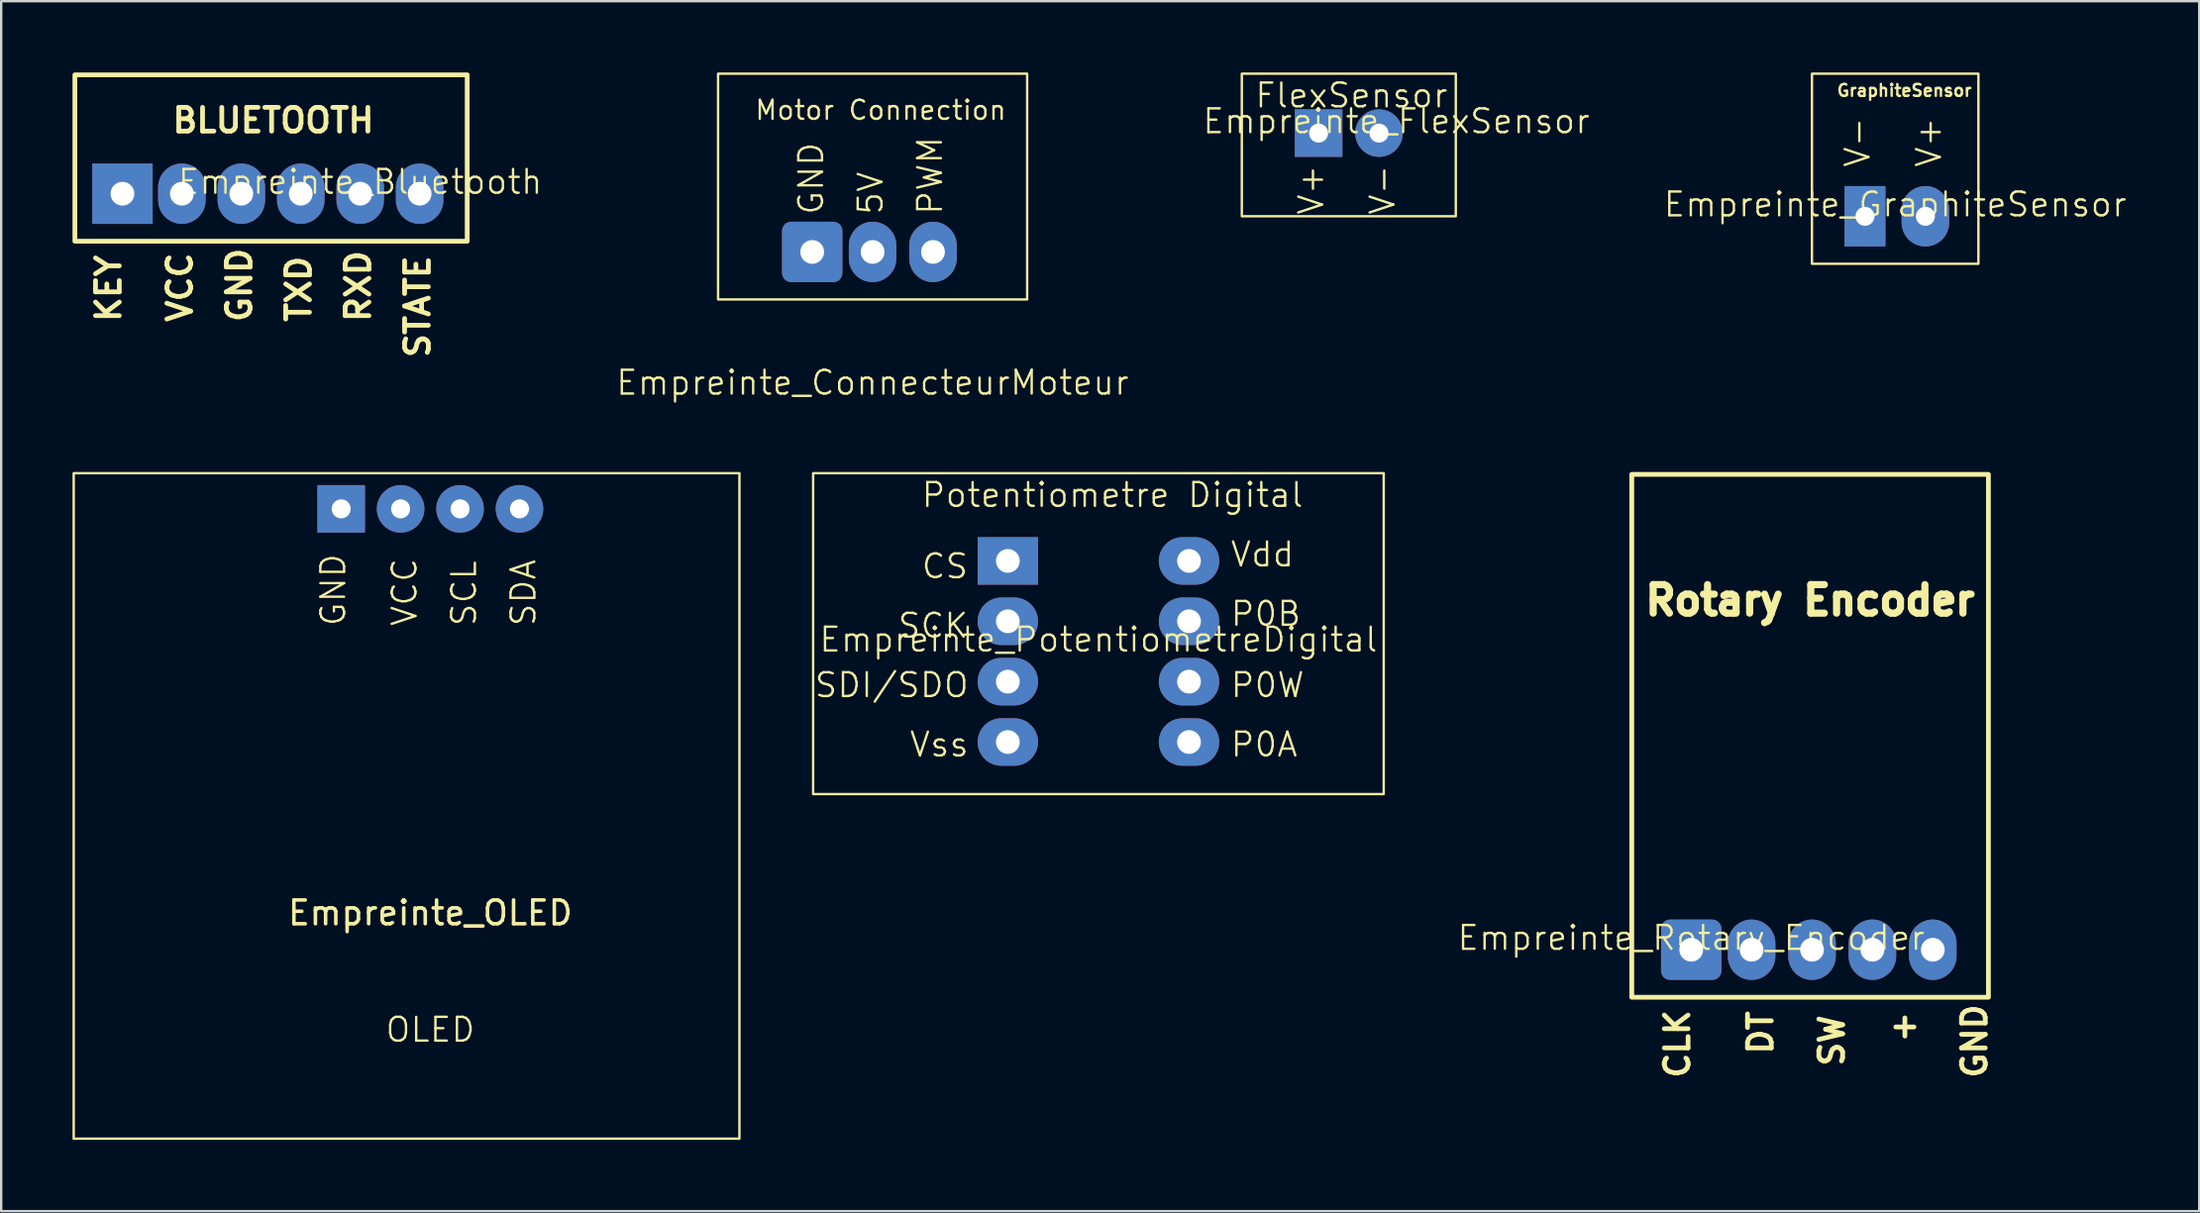
<source format=kicad_pcb>
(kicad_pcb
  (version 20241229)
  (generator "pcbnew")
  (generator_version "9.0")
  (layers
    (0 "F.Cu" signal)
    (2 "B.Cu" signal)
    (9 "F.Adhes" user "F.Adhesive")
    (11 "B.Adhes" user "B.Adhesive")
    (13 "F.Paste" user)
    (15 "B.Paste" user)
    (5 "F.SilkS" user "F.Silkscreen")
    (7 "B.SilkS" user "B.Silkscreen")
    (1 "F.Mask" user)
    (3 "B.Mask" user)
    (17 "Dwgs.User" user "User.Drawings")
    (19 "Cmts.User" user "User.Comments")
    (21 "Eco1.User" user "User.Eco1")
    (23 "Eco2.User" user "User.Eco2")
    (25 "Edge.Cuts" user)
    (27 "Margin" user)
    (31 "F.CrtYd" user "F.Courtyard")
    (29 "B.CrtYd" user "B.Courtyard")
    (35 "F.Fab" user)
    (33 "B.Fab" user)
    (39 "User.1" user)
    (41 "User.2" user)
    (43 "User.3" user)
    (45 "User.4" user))
  (footprint "Empreinte_ConnecteurMoteur"
    (layer "F.Cu")
    (at 33.652 13.55)
    (property "Reference" "Empreinte_ConnecteurMoteur" (at 0 -0.5 0) (unlocked yes) (layer "F.SilkS") (effects (font (size 1 1) (thickness 0.1))))
    (attr through_hole)
    (fp_rect (start -6.5 -13.5) (end 6.5 -4) (stroke (width 0.1) (type default)) (fill no) (layer "F.SilkS"))
    (fp_text user "5V" (at 0.5 -7.5 90) (unlocked yes) (layer "F.SilkS") (effects (font (size 1 1) (thickness 0.1)) (justify left bottom)))
    (fp_text user "GND" (at -2 -7.5 90) (unlocked yes) (layer "F.SilkS") (effects (font (size 1 1) (thickness 0.1)) (justify left bottom)))
    (fp_text user "PWM" (at 3 -7.5 90) (unlocked yes) (layer "F.SilkS") (effects (font (size 1 1) (thickness 0.1)) (justify left bottom)))
    (fp_text user "Motor Connection" (at -5 -11.5 0) (unlocked yes) (layer "F.SilkS") (effects (font (size 0.8 0.8) (thickness 0.1)) (justify left bottom)))
    (pad "1" thru_hole roundrect (at -2.54 -6) (size 2.54 2.54) (drill 1) (layers "*.Cu" "*.Mask") (roundrect_rratio 0.15))
    (pad "2" thru_hole oval (at 0 -6) (size 2 2.54) (drill 1) (layers "*.Cu" "*.Mask"))
    (pad "3" thru_hole oval (at 2.54 -6) (size 2 2.54) (drill 1) (layers "*.Cu" "*.Mask")))
  (footprint "Empreinte_PotentiometreDigital"
    (layer "F.Cu")
    (at 43.15 24.36)
    (property "Reference" "Empreinte_PotentiometreDigital" (at 0 -0.5 0) (unlocked yes) (layer "F.SilkS") (effects (font (size 1 1) (thickness 0.1))))
    (attr through_hole)
    (fp_rect (start -12 -7.5) (end 12 6) (stroke (width 0.1) (type default)) (fill no) (layer "F.SilkS"))
    (fp_text user "P0W" (at 5.5 2 0) (unlocked yes) (layer "F.SilkS") (effects (font (size 1 1) (thickness 0.1)) (justify left bottom)))
    (fp_text user "Vdd" (at 5.5 -3.5 0) (unlocked yes) (layer "F.SilkS") (effects (font (size 1 1) (thickness 0.1)) (justify left bottom)))
    (fp_text user "Vss" (at -8 4.5 0) (unlocked yes) (layer "F.SilkS") (effects (font (size 1 1) (thickness 0.1)) (justify left bottom)))
    (fp_text user "P0B" (at 5.5 -1 0) (unlocked yes) (layer "F.SilkS") (effects (font (size 1 1) (thickness 0.1)) (justify left bottom)))
    (fp_text user "SDI/SDO" (at -12 2 0) (unlocked yes) (layer "F.SilkS") (effects (font (size 1 1) (thickness 0.1)) (justify left bottom)))
    (fp_text user "CS" (at -7.5 -3 0) (unlocked yes) (layer "F.SilkS") (effects (font (size 1 1) (thickness 0.1)) (justify left bottom)))
    (fp_text user "Potentiometre Digital" (at -7.5 -6 0) (unlocked yes) (layer "F.SilkS") (effects (font (size 1 1) (thickness 0.1)) (justify left bottom)))
    (fp_text user "P0A" (at 5.5 4.5 0) (unlocked yes) (layer "F.SilkS") (effects (font (size 1 1) (thickness 0.1)) (justify left bottom)))
    (fp_text user "SCK" (at -8.5 -0.5 0) (unlocked yes) (layer "F.SilkS") (effects (font (size 1 1) (thickness 0.1)) (justify left bottom)))
    (pad "1" thru_hole rect (at -3.81 -3.81) (size 2.54 2) (drill 1) (layers "*.Cu" "*.Mask"))
    (pad "2" thru_hole oval (at -3.81 -1.27) (size 2.54 2) (drill 1) (layers "*.Cu" "*.Mask"))
    (pad "3" thru_hole oval (at -3.81 1.27) (size 2.54 2) (drill 1) (layers "*.Cu" "*.Mask"))
    (pad "4" thru_hole oval (at -3.81 3.81) (size 2.54 2) (drill 1) (layers "*.Cu" "*.Mask"))
    (pad "5" thru_hole oval (at 3.81 3.81) (size 2.54 2) (drill 1) (layers "*.Cu" "*.Mask"))
    (pad "6" thru_hole oval (at 3.81 1.27) (size 2.54 2) (drill 1) (layers "*.Cu" "*.Mask"))
    (pad "7" thru_hole oval (at 3.81 -1.27) (size 2.54 2) (drill 1) (layers "*.Cu" "*.Mask"))
    (pad "8" thru_hole oval (at 3.81 -3.81) (size 2.54 2) (drill 1) (layers "*.Cu" "*.Mask")))
  (footprint "Empreinte_Rotary_Encoder"
    (layer "F.Cu")
    (at 68.083 36.91)
    (property "Reference" "Empreinte_Rotary_Encoder" (at 0 -0.5 0) (unlocked yes) (layer "F.SilkS") (effects (font (size 1 1) (thickness 0.1))))
    (attr through_hole)
    (fp_rect (start -2.5 -20) (end 12.5 2) (stroke (width 0.2) (type solid)) (fill no) (layer "F.SilkS"))
    (fp_text user "+" (at 9.5 4 90) (unlocked yes) (layer "F.SilkS") (effects (font (size 1 1) (thickness 0.2) (bold yes)) (justify left bottom)))
    (fp_text user "CLK" (at 0 5.5 90) (unlocked yes) (layer "F.SilkS") (effects (font (size 1 1) (thickness 0.2) (bold yes)) (justify left bottom)))
    (fp_text user "Rotary Encoder" (at 5 -14 0) (unlocked yes) (layer "F.SilkS") (effects (font (size 1.2 1.2) (thickness 0.3) (bold yes)) (justify bottom)))
    (fp_text user "DT" (at 3.5 4.5 90) (unlocked yes) (layer "F.SilkS") (effects (font (size 1 1) (thickness 0.2) (bold yes)) (justify left bottom)))
    (fp_text user "SW" (at 6.5 5 90) (unlocked yes) (layer "F.SilkS") (effects (font (size 1 1) (thickness 0.2) (bold yes)) (justify left bottom)))
    (fp_text user "GND" (at 12.5 5.5 90) (unlocked yes) (layer "F.SilkS") (effects (font (size 1 1) (thickness 0.2) (bold yes)) (justify left bottom)))
    (pad "1" thru_hole roundrect (at 0 0) (size 2.54 2.54) (drill 1) (layers "*.Cu" "*.Mask") (roundrect_rratio 0.15))
    (pad "2" thru_hole oval (at 2.54 0) (size 2 2.54) (drill 1) (layers "*.Cu" "*.Mask"))
    (pad "3" thru_hole oval (at 5.08 0) (size 2 2.54) (drill 1) (layers "*.Cu" "*.Mask"))
    (pad "4" thru_hole oval (at 7.62 0) (size 2 2.54) (drill 1) (layers "*.Cu" "*.Mask"))
    (pad "5" thru_hole oval (at 10.16 0) (size 2 2.54) (drill 1) (layers "*.Cu" "*.Mask")))
  (footprint "Empreinte_Bluetooth"
    (layer "F.Cu")
    (at 2.1 5.1)
    (property "Reference" "Empreinte_Bluetooth" (at 10 -0.5 0) (unlocked yes) (layer "F.SilkS") (effects (font (size 1 1) (thickness 0.1))))
    (attr through_hole)
    (fp_rect (start -2 -5) (end 14.5 2) (stroke (width 0.2) (type solid)) (fill no) (layer "F.SilkS"))
    (fp_text user "TXD" (at 8 5.5 90) (unlocked yes) (layer "F.SilkS") (effects (font (size 1 1) (thickness 0.2) (bold yes)) (justify left bottom)))
    (fp_text user "GND" (at 5.5 5.5 90) (unlocked yes) (layer "F.SilkS") (effects (font (size 1 1) (thickness 0.2) (bold yes)) (justify left bottom)))
    (fp_text user "VCC" (at 3 5.5 90) (unlocked yes) (layer "F.SilkS") (effects (font (size 1 1) (thickness 0.2) (bold yes)) (justify left bottom)))
    (fp_text user "KEY" (at 0 5.5 90) (unlocked yes) (layer "F.SilkS") (effects (font (size 1 1) (thickness 0.2)) (justify left bottom)))
    (fp_text user "RXD" (at 10.5 5.5 90) (unlocked yes) (layer "F.SilkS") (effects (font (size 1 1) (thickness 0.2) (bold yes)) (justify left bottom)))
    (fp_text user "STATE" (at 13 7 90) (unlocked yes) (layer "F.SilkS") (effects (font (size 1 1) (thickness 0.2) (bold yes)) (justify left bottom)))
    (fp_text user "BLUETOOTH" (at 2 -2.5 0) (unlocked yes) (layer "F.SilkS") (effects (font (size 1 1) (thickness 0.2) (bold yes)) (justify left bottom)))
    (pad "1" thru_hole rect (at 0 0) (size 2.54 2.54) (drill 1) (layers "*.Cu" "*.Mask"))
    (pad "2" thru_hole oval (at 2.5 0) (size 2 2.54) (drill 1) (layers "*.Cu" "*.Mask"))
    (pad "3" thru_hole oval (at 5 0) (size 2 2.54) (drill 1) (layers "*.Cu" "*.Mask"))
    (pad "4" thru_hole oval (at 7.5 0) (size 2 2.54) (drill 1) (layers "*.Cu" "*.Mask"))
    (pad "5" thru_hole oval (at 10 0) (size 2 2.54) (drill 1) (layers "*.Cu" "*.Mask"))
    (pad "6" thru_hole oval (at 12.5 0 180) (size 2 2.54) (drill 1) (layers "*.Cu" "*.Mask")))
  (footprint "Empreinte_OLED"
    (layer "F.Cu")
    (at 15.05 18.36)
    (property "Reference" "Empreinte_OLED" (at 0 17 0) (layer "F.SilkS") (effects (font (size 1 1) (thickness 0.15))))
    (attr through_hole)
    (fp_rect (start -15 -1.5) (end 13 26.5) (stroke (width 0.1) (type default)) (fill no) (layer "F.SilkS"))
    (fp_text user "OLED" (at 0 22.5 0) (unlocked yes) (layer "F.SilkS") (effects (font (size 1 1) (thickness 0.1)) (justify bottom)))
    (fp_text user "VCC" (at -0.5 5 90) (unlocked yes) (layer "F.SilkS") (effects (font (size 1 1) (thickness 0.1)) (justify left bottom)))
    (fp_text user "SDA" (at 4.5 5 90) (unlocked yes) (layer "F.SilkS") (effects (font (size 1 1) (thickness 0.1)) (justify left bottom)))
    (fp_text user "GND" (at -3.5 5 90) (unlocked yes) (layer "F.SilkS") (effects (font (size 1 1) (thickness 0.1)) (justify left bottom)))
    (fp_text user "SCL" (at 2 5 90) (unlocked yes) (layer "F.SilkS") (effects (font (size 1 1) (thickness 0.1)) (justify left bottom)))
    (pad "1" thru_hole rect (at -3.75 0) (size 2 2) (drill 0.8) (layers "*.Cu" "*.Mask"))
    (pad "2" thru_hole circle (at -1.25 0) (size 2 2) (drill 0.8) (layers "*.Cu" "*.Mask"))
    (pad "3" thru_hole circle (at 1.25 0) (size 2 2) (drill 0.8) (layers "*.Cu" "*.Mask"))
    (pad "4" thru_hole circle (at 3.75 0) (size 2 2) (drill 0.8) (layers "*.Cu" "*.Mask")))
  (footprint "Empreinte_FlexSensor"
    (layer "F.Cu")
    (at 53.681 2.55)
    (property "Reference" "Empreinte_FlexSensor" (at 2 -0.5 0) (unlocked yes) (layer "F.SilkS") (effects (font (size 1 1) (thickness 0.1))))
    (attr smd)
    (fp_rect (start -4.5 -2.5) (end 4.5 3.5) (stroke (width 0.1) (type default)) (fill no) (layer "F.SilkS"))
    (fp_text user "FlexSensor" (at -4 -1 0) (unlocked yes) (layer "F.SilkS") (effects (font (size 1 1) (thickness 0.1)) (justify left bottom)))
    (fp_text user "V-" (at 2 3.5 90) (unlocked yes) (layer "F.SilkS") (effects (font (size 1 1) (thickness 0.1)) (justify left bottom)))
    (fp_text user "V+" (at -1 3.5 90) (unlocked yes) (layer "F.SilkS") (effects (font (size 1 1) (thickness 0.1)) (justify left bottom)))
    (pad "1" thru_hole rect (at -1.27 0) (size 2 2) (drill 0.8) (layers "*.Cu" "*.Mask"))
    (pad "2" thru_hole circle (at 1.27 0) (size 2 2) (drill 0.8) (layers "*.Cu" "*.Mask")))
  (footprint "Empreinte_GraphiteSensor"
    (layer "F.Cu")
    (at 76.662 6.05)
    (property "Reference" "Empreinte_GraphiteSensor" (at 0 -0.5 0) (unlocked yes) (layer "F.SilkS") (effects (font (size 1 1) (thickness 0.1))))
    (attr through_hole)
    (fp_rect (start -3.5 -6) (end 3.5 2) (stroke (width 0.1) (type default)) (fill no) (layer "F.SilkS"))
    (fp_text user "GraphiteSensor" (at -2.5 -5 0) (unlocked yes) (layer "F.SilkS") (effects (font (size 0.5 0.5) (thickness 0.1)) (justify left bottom)))
    (fp_text user "V+" (at 2 -2 90) (unlocked yes) (layer "F.SilkS") (effects (font (size 1 1) (thickness 0.1)) (justify left bottom)))
    (fp_text user "V-" (at -1 -2 90) (unlocked yes) (layer "F.SilkS") (effects (font (size 1 1) (thickness 0.1)) (justify left bottom)))
    (pad "1" thru_hole rect (at -1.27 0) (size 1.72 2.54) (drill 0.8) (layers "*.Cu" "*.Mask"))
    (pad "2" thru_hole oval (at 1.27 0) (size 2 2.54) (drill 0.8) (layers "*.Cu" "*.Mask")))
  (gr_rect
    (start -3 -3)
    (end 89.45 47.91)
    (stroke (width 0.1) (type default))
    (fill no)
    (layer "Edge.Cuts")))
</source>
